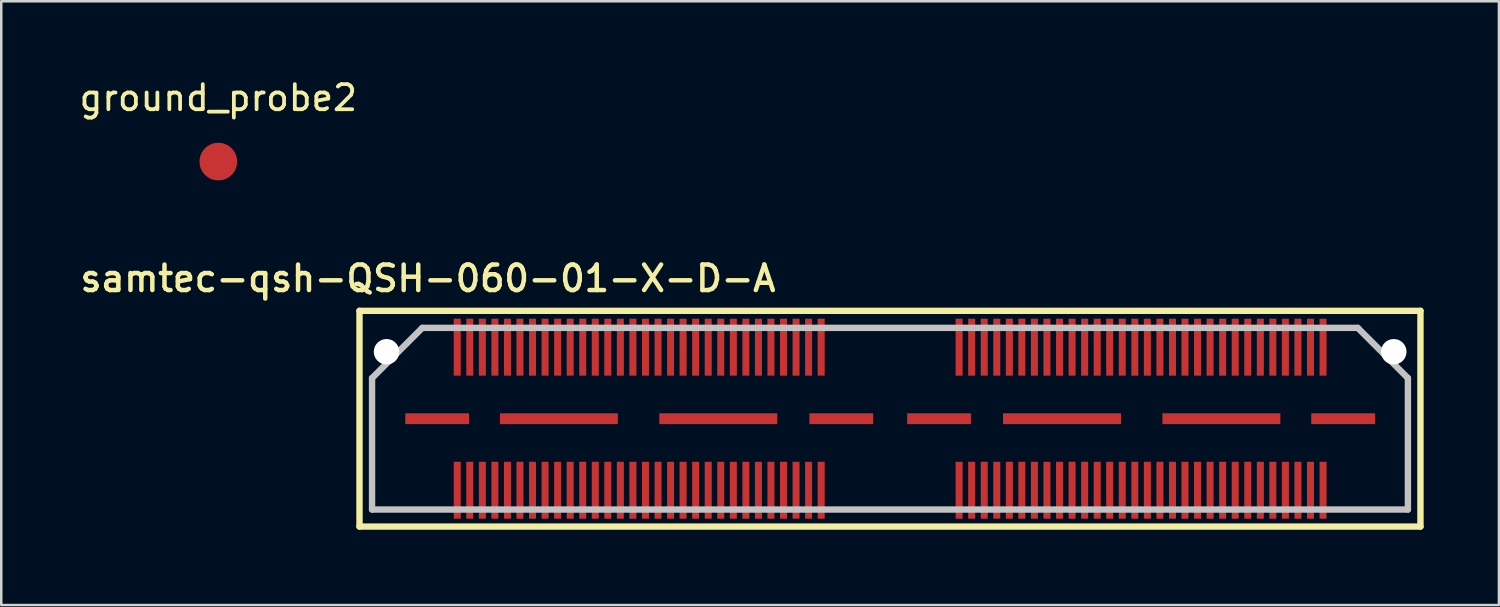
<source format=kicad_pcb>
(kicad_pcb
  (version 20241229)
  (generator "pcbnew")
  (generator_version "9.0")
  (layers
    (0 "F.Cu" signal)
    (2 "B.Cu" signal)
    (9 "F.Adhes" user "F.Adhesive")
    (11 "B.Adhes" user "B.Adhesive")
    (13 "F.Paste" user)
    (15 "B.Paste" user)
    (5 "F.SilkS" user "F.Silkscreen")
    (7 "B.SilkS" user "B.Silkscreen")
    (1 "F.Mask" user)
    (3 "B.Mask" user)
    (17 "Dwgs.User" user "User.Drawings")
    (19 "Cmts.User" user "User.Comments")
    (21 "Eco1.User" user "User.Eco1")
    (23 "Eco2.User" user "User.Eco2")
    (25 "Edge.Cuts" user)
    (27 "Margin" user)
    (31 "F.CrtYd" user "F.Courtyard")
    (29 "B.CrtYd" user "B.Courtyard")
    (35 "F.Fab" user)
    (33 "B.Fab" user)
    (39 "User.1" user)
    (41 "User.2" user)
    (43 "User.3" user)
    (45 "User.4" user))
  (footprint "ground_probe2"
    (layer "F.Cu")
    (at 5.649 3.388)
    (property "Reference" "ground_probe2" (at 0 -2.54 0) (layer "F.SilkS") (effects (font (size 1 1) (thickness 0.15))))
    (attr smd)
    (pad "1" smd circle (at 0 0) (size 1.5 1.5) (layers "F.Cu" "F.Mask" "F.Paste")))
  (footprint "samtec-qsh-QSH-060-01-X-D-A"
    (layer "F.Cu")
    (at 32.417 13.633)
    (property "Reference" "samtec-qsh-QSH-060-01-X-D-A" (at -18.415 -5.588 0) (layer "F.SilkS") (effects (font (size 1.016 1.016) (thickness 0.178))))
    (attr smd)
    (fp_line (start -21.143 -4.298) (end 21.13 -4.298) (stroke (width 0.254) (type solid)) (layer "F.SilkS"))
    (fp_line (start -21.143 4.298) (end -21.143 -4.298) (stroke (width 0.254) (type solid)) (layer "F.SilkS"))
    (fp_line (start 21.13 -4.298) (end 21.13 4.298) (stroke (width 0.254) (type solid)) (layer "F.SilkS"))
    (fp_line (start 21.13 4.298) (end -21.143 4.298) (stroke (width 0.254) (type solid)) (layer "F.SilkS"))
    (fp_line (start -20.643 -1.618) (end -18.641 -3.619) (stroke (width 0.254) (type solid)) (layer "Dwgs.User"))
    (fp_line (start -20.643 3.619) (end -20.643 -1.618) (stroke (width 0.254) (type solid)) (layer "Dwgs.User"))
    (fp_line (start -18.641 -3.619) (end 18.631 -3.619) (stroke (width 0.254) (type solid)) (layer "Dwgs.User"))
    (fp_line (start 18.631 -3.619) (end 20.63 -1.618) (stroke (width 0.254) (type solid)) (layer "Dwgs.User"))
    (fp_line (start 20.63 -1.618) (end 20.63 3.619) (stroke (width 0.254) (type solid)) (layer "Dwgs.User"))
    (fp_line (start 20.63 3.619) (end -20.643 3.619) (stroke (width 0.254) (type solid)) (layer "Dwgs.User"))
    (pad "" np_thru_hole circle (at -20.066 -2.667) (size 1.016 1.016) (drill 1.016) (layers "*.Cu" "*.Mask"))
    (pad "" np_thru_hole circle (at 20.066 -2.667) (size 1.016 1.016) (drill 1.016) (layers "*.Cu" "*.Mask"))
    (pad "1" smd rect (at -17.249 2.85 90) (size 2.268 0.279) (layers "F.Cu" "F.Mask" "F.Paste"))
    (pad "2" smd rect (at -17.249 -2.85 90) (size 2.268 0.279) (layers "F.Cu" "F.Mask" "F.Paste"))
    (pad "3" smd rect (at -16.749 2.85 90) (size 2.268 0.279) (layers "F.Cu" "F.Mask" "F.Paste"))
    (pad "4" smd rect (at -16.749 -2.85 90) (size 2.268 0.279) (layers "F.Cu" "F.Mask" "F.Paste"))
    (pad "5" smd rect (at -16.248 2.85 90) (size 2.268 0.279) (layers "F.Cu" "F.Mask" "F.Paste"))
    (pad "6" smd rect (at -16.248 -2.85 90) (size 2.268 0.279) (layers "F.Cu" "F.Mask" "F.Paste"))
    (pad "7" smd rect (at -15.748 2.85 90) (size 2.268 0.279) (layers "F.Cu" "F.Mask" "F.Paste"))
    (pad "8" smd rect (at -15.748 -2.85 90) (size 2.268 0.279) (layers "F.Cu" "F.Mask" "F.Paste"))
    (pad "9" smd rect (at -15.248 2.85 90) (size 2.268 0.279) (layers "F.Cu" "F.Mask" "F.Paste"))
    (pad "10" smd rect (at -15.248 -2.85 90) (size 2.268 0.279) (layers "F.Cu" "F.Mask" "F.Paste"))
    (pad "11" smd rect (at -14.75 2.85 90) (size 2.268 0.279) (layers "F.Cu" "F.Mask" "F.Paste"))
    (pad "12" smd rect (at -14.75 -2.85 90) (size 2.268 0.279) (layers "F.Cu" "F.Mask" "F.Paste"))
    (pad "13" smd rect (at -14.249 2.85 90) (size 2.268 0.279) (layers "F.Cu" "F.Mask" "F.Paste"))
    (pad "14" smd rect (at -14.249 -2.85 90) (size 2.268 0.279) (layers "F.Cu" "F.Mask" "F.Paste"))
    (pad "15" smd rect (at -13.749 2.85 90) (size 2.268 0.279) (layers "F.Cu" "F.Mask" "F.Paste"))
    (pad "16" smd rect (at -13.749 -2.85 90) (size 2.268 0.279) (layers "F.Cu" "F.Mask" "F.Paste"))
    (pad "17" smd rect (at -13.249 2.85 90) (size 2.268 0.279) (layers "F.Cu" "F.Mask" "F.Paste"))
    (pad "18" smd rect (at -13.249 -2.85 90) (size 2.268 0.279) (layers "F.Cu" "F.Mask" "F.Paste"))
    (pad "19" smd rect (at -12.748 2.85 90) (size 2.268 0.279) (layers "F.Cu" "F.Mask" "F.Paste"))
    (pad "20" smd rect (at -12.748 -2.85 90) (size 2.268 0.279) (layers "F.Cu" "F.Mask" "F.Paste"))
    (pad "21" smd rect (at -12.248 2.85 90) (size 2.268 0.279) (layers "F.Cu" "F.Mask" "F.Paste"))
    (pad "22" smd rect (at -12.248 -2.85 90) (size 2.268 0.279) (layers "F.Cu" "F.Mask" "F.Paste"))
    (pad "23" smd rect (at -11.748 2.85 90) (size 2.268 0.279) (layers "F.Cu" "F.Mask" "F.Paste"))
    (pad "24" smd rect (at -11.748 -2.85 90) (size 2.268 0.279) (layers "F.Cu" "F.Mask" "F.Paste"))
    (pad "25" smd rect (at -11.25 2.85 90) (size 2.268 0.279) (layers "F.Cu" "F.Mask" "F.Paste"))
    (pad "26" smd rect (at -11.25 -2.85 90) (size 2.268 0.279) (layers "F.Cu" "F.Mask" "F.Paste"))
    (pad "27" smd rect (at -10.749 2.85 90) (size 2.268 0.279) (layers "F.Cu" "F.Mask" "F.Paste"))
    (pad "28" smd rect (at -10.749 -2.85 90) (size 2.268 0.279) (layers "F.Cu" "F.Mask" "F.Paste"))
    (pad "29" smd rect (at -10.249 2.85 90) (size 2.268 0.279) (layers "F.Cu" "F.Mask" "F.Paste"))
    (pad "30" smd rect (at -10.249 -2.85 90) (size 2.268 0.279) (layers "F.Cu" "F.Mask" "F.Paste"))
    (pad "31" smd rect (at -9.749 2.85 90) (size 2.268 0.279) (layers "F.Cu" "F.Mask" "F.Paste"))
    (pad "32" smd rect (at -9.749 -2.85 90) (size 2.268 0.279) (layers "F.Cu" "F.Mask" "F.Paste"))
    (pad "33" smd rect (at -9.248 2.85 90) (size 2.268 0.279) (layers "F.Cu" "F.Mask" "F.Paste"))
    (pad "34" smd rect (at -9.248 -2.85 90) (size 2.268 0.279) (layers "F.Cu" "F.Mask" "F.Paste"))
    (pad "35" smd rect (at -8.748 2.85 90) (size 2.268 0.279) (layers "F.Cu" "F.Mask" "F.Paste"))
    (pad "36" smd rect (at -8.748 -2.85 90) (size 2.268 0.279) (layers "F.Cu" "F.Mask" "F.Paste"))
    (pad "37" smd rect (at -8.25 2.85 90) (size 2.268 0.279) (layers "F.Cu" "F.Mask" "F.Paste"))
    (pad "38" smd rect (at -8.25 -2.85 90) (size 2.268 0.279) (layers "F.Cu" "F.Mask" "F.Paste"))
    (pad "39" smd rect (at -7.75 2.85 90) (size 2.268 0.279) (layers "F.Cu" "F.Mask" "F.Paste"))
    (pad "40" smd rect (at -7.75 -2.85 90) (size 2.268 0.279) (layers "F.Cu" "F.Mask" "F.Paste"))
    (pad "41" smd rect (at -7.249 2.85 90) (size 2.268 0.279) (layers "F.Cu" "F.Mask" "F.Paste"))
    (pad "42" smd rect (at -7.249 -2.85 90) (size 2.268 0.279) (layers "F.Cu" "F.Mask" "F.Paste"))
    (pad "43" smd rect (at -6.749 2.85 90) (size 2.268 0.279) (layers "F.Cu" "F.Mask" "F.Paste"))
    (pad "44" smd rect (at -6.749 -2.85 90) (size 2.268 0.279) (layers "F.Cu" "F.Mask" "F.Paste"))
    (pad "45" smd rect (at -6.248 2.85 90) (size 2.268 0.279) (layers "F.Cu" "F.Mask" "F.Paste"))
    (pad "46" smd rect (at -6.248 -2.85 90) (size 2.268 0.279) (layers "F.Cu" "F.Mask" "F.Paste"))
    (pad "47" smd rect (at -5.748 2.85 90) (size 2.268 0.279) (layers "F.Cu" "F.Mask" "F.Paste"))
    (pad "48" smd rect (at -5.748 -2.85 90) (size 2.268 0.279) (layers "F.Cu" "F.Mask" "F.Paste"))
    (pad "49" smd rect (at -5.248 2.85 90) (size 2.268 0.279) (layers "F.Cu" "F.Mask" "F.Paste"))
    (pad "50" smd rect (at -5.248 -2.85 90) (size 2.268 0.279) (layers "F.Cu" "F.Mask" "F.Paste"))
    (pad "51" smd rect (at -4.75 2.85 90) (size 2.268 0.279) (layers "F.Cu" "F.Mask" "F.Paste"))
    (pad "52" smd rect (at -4.75 -2.85 90) (size 2.268 0.279) (layers "F.Cu" "F.Mask" "F.Paste"))
    (pad "53" smd rect (at -4.249 2.85 90) (size 2.268 0.279) (layers "F.Cu" "F.Mask" "F.Paste"))
    (pad "54" smd rect (at -4.249 -2.85 90) (size 2.268 0.279) (layers "F.Cu" "F.Mask" "F.Paste"))
    (pad "55" smd rect (at -3.749 2.85 90) (size 2.268 0.279) (layers "F.Cu" "F.Mask" "F.Paste"))
    (pad "56" smd rect (at -3.749 -2.85 90) (size 2.268 0.279) (layers "F.Cu" "F.Mask" "F.Paste"))
    (pad "57" smd rect (at -3.249 2.85 90) (size 2.268 0.279) (layers "F.Cu" "F.Mask" "F.Paste"))
    (pad "58" smd rect (at -3.249 -2.85 90) (size 2.268 0.279) (layers "F.Cu" "F.Mask" "F.Paste"))
    (pad "59" smd rect (at -2.748 2.85 90) (size 2.268 0.279) (layers "F.Cu" "F.Mask" "F.Paste"))
    (pad "60" smd rect (at -2.748 -2.85 90) (size 2.268 0.279) (layers "F.Cu" "F.Mask" "F.Paste"))
    (pad "61" smd rect (at 2.748 2.85 90) (size 2.268 0.279) (layers "F.Cu" "F.Mask" "F.Paste"))
    (pad "62" smd rect (at 2.748 -2.85 90) (size 2.268 0.279) (layers "F.Cu" "F.Mask" "F.Paste"))
    (pad "63" smd rect (at 3.249 2.85 90) (size 2.268 0.279) (layers "F.Cu" "F.Mask" "F.Paste"))
    (pad "64" smd rect (at 3.249 -2.85 90) (size 2.268 0.279) (layers "F.Cu" "F.Mask" "F.Paste"))
    (pad "65" smd rect (at 3.749 2.85 90) (size 2.268 0.279) (layers "F.Cu" "F.Mask" "F.Paste"))
    (pad "66" smd rect (at 3.749 -2.85 90) (size 2.268 0.279) (layers "F.Cu" "F.Mask" "F.Paste"))
    (pad "67" smd rect (at 4.249 2.85 90) (size 2.268 0.279) (layers "F.Cu" "F.Mask" "F.Paste"))
    (pad "68" smd rect (at 4.249 -2.85 90) (size 2.268 0.279) (layers "F.Cu" "F.Mask" "F.Paste"))
    (pad "69" smd rect (at 4.75 2.85 90) (size 2.268 0.279) (layers "F.Cu" "F.Mask" "F.Paste"))
    (pad "70" smd rect (at 4.75 -2.85 90) (size 2.268 0.279) (layers "F.Cu" "F.Mask" "F.Paste"))
    (pad "71" smd rect (at 5.248 2.85 90) (size 2.268 0.279) (layers "F.Cu" "F.Mask" "F.Paste"))
    (pad "72" smd rect (at 5.248 -2.85 90) (size 2.268 0.279) (layers "F.Cu" "F.Mask" "F.Paste"))
    (pad "73" smd rect (at 5.748 2.85 90) (size 2.268 0.279) (layers "F.Cu" "F.Mask" "F.Paste"))
    (pad "74" smd rect (at 5.748 -2.85 90) (size 2.268 0.279) (layers "F.Cu" "F.Mask" "F.Paste"))
    (pad "75" smd rect (at 6.248 2.85 90) (size 2.268 0.279) (layers "F.Cu" "F.Mask" "F.Paste"))
    (pad "76" smd rect (at 6.248 -2.85 90) (size 2.268 0.279) (layers "F.Cu" "F.Mask" "F.Paste"))
    (pad "77" smd rect (at 6.749 2.85 90) (size 2.268 0.279) (layers "F.Cu" "F.Mask" "F.Paste"))
    (pad "78" smd rect (at 6.749 -2.85 90) (size 2.268 0.279) (layers "F.Cu" "F.Mask" "F.Paste"))
    (pad "79" smd rect (at 7.249 2.85 90) (size 2.268 0.279) (layers "F.Cu" "F.Mask" "F.Paste"))
    (pad "80" smd rect (at 7.249 -2.85 90) (size 2.268 0.279) (layers "F.Cu" "F.Mask" "F.Paste"))
    (pad "81" smd rect (at 7.75 2.85 90) (size 2.268 0.279) (layers "F.Cu" "F.Mask" "F.Paste"))
    (pad "82" smd rect (at 7.75 -2.85 90) (size 2.268 0.279) (layers "F.Cu" "F.Mask" "F.Paste"))
    (pad "83" smd rect (at 8.25 2.85 90) (size 2.268 0.279) (layers "F.Cu" "F.Mask" "F.Paste"))
    (pad "84" smd rect (at 8.25 -2.85 90) (size 2.268 0.279) (layers "F.Cu" "F.Mask" "F.Paste"))
    (pad "85" smd rect (at 8.748 2.85 90) (size 2.268 0.279) (layers "F.Cu" "F.Mask" "F.Paste"))
    (pad "86" smd rect (at 8.748 -2.85 90) (size 2.268 0.279) (layers "F.Cu" "F.Mask" "F.Paste"))
    (pad "87" smd rect (at 9.248 2.85 90) (size 2.268 0.279) (layers "F.Cu" "F.Mask" "F.Paste"))
    (pad "88" smd rect (at 9.248 -2.85 90) (size 2.268 0.279) (layers "F.Cu" "F.Mask" "F.Paste"))
    (pad "89" smd rect (at 9.749 2.85 90) (size 2.268 0.279) (layers "F.Cu" "F.Mask" "F.Paste"))
    (pad "90" smd rect (at 9.749 -2.85 90) (size 2.268 0.279) (layers "F.Cu" "F.Mask" "F.Paste"))
    (pad "91" smd rect (at 10.249 2.85 90) (size 2.268 0.279) (layers "F.Cu" "F.Mask" "F.Paste"))
    (pad "92" smd rect (at 10.249 -2.85 90) (size 2.268 0.279) (layers "F.Cu" "F.Mask" "F.Paste"))
    (pad "93" smd rect (at 10.749 2.85 90) (size 2.268 0.279) (layers "F.Cu" "F.Mask" "F.Paste"))
    (pad "94" smd rect (at 10.749 -2.85 90) (size 2.268 0.279) (layers "F.Cu" "F.Mask" "F.Paste"))
    (pad "95" smd rect (at 11.25 2.85 90) (size 2.268 0.279) (layers "F.Cu" "F.Mask" "F.Paste"))
    (pad "96" smd rect (at 11.25 -2.85 90) (size 2.268 0.279) (layers "F.Cu" "F.Mask" "F.Paste"))
    (pad "97" smd rect (at 11.748 2.85 90) (size 2.268 0.279) (layers "F.Cu" "F.Mask" "F.Paste"))
    (pad "98" smd rect (at 11.748 -2.85 90) (size 2.268 0.279) (layers "F.Cu" "F.Mask" "F.Paste"))
    (pad "99" smd rect (at 12.248 2.85 90) (size 2.268 0.279) (layers "F.Cu" "F.Mask" "F.Paste"))
    (pad "100" smd rect (at 12.248 -2.85 90) (size 2.268 0.279) (layers "F.Cu" "F.Mask" "F.Paste"))
    (pad "101" smd rect (at 12.748 2.85 90) (size 2.268 0.279) (layers "F.Cu" "F.Mask" "F.Paste"))
    (pad "102" smd rect (at 12.748 -2.85 90) (size 2.268 0.279) (layers "F.Cu" "F.Mask" "F.Paste"))
    (pad "103" smd rect (at 13.249 2.85 90) (size 2.268 0.279) (layers "F.Cu" "F.Mask" "F.Paste"))
    (pad "104" smd rect (at 13.249 -2.85 90) (size 2.268 0.279) (layers "F.Cu" "F.Mask" "F.Paste"))
    (pad "105" smd rect (at 13.749 2.85 90) (size 2.268 0.279) (layers "F.Cu" "F.Mask" "F.Paste"))
    (pad "106" smd rect (at 13.749 -2.85 90) (size 2.268 0.279) (layers "F.Cu" "F.Mask" "F.Paste"))
    (pad "107" smd rect (at 14.249 2.85 90) (size 2.268 0.279) (layers "F.Cu" "F.Mask" "F.Paste"))
    (pad "108" smd rect (at 14.249 -2.85 90) (size 2.268 0.279) (layers "F.Cu" "F.Mask" "F.Paste"))
    (pad "109" smd rect (at 14.75 2.85 90) (size 2.268 0.279) (layers "F.Cu" "F.Mask" "F.Paste"))
    (pad "110" smd rect (at 14.75 -2.85 90) (size 2.268 0.279) (layers "F.Cu" "F.Mask" "F.Paste"))
    (pad "111" smd rect (at 15.248 2.85 90) (size 2.268 0.279) (layers "F.Cu" "F.Mask" "F.Paste"))
    (pad "112" smd rect (at 15.248 -2.85 90) (size 2.268 0.279) (layers "F.Cu" "F.Mask" "F.Paste"))
    (pad "113" smd rect (at 15.748 2.85 90) (size 2.268 0.279) (layers "F.Cu" "F.Mask" "F.Paste"))
    (pad "114" smd rect (at 15.748 -2.85 90) (size 2.268 0.279) (layers "F.Cu" "F.Mask" "F.Paste"))
    (pad "115" smd rect (at 16.248 2.85 90) (size 2.268 0.279) (layers "F.Cu" "F.Mask" "F.Paste"))
    (pad "116" smd rect (at 16.248 -2.85 90) (size 2.268 0.279) (layers "F.Cu" "F.Mask" "F.Paste"))
    (pad "117" smd rect (at 16.749 2.85 90) (size 2.268 0.279) (layers "F.Cu" "F.Mask" "F.Paste"))
    (pad "118" smd rect (at 16.749 -2.85 90) (size 2.268 0.279) (layers "F.Cu" "F.Mask" "F.Paste"))
    (pad "119" smd rect (at 17.249 2.85 90) (size 2.268 0.279) (layers "F.Cu" "F.Mask" "F.Paste"))
    (pad "120" smd rect (at 17.249 -2.85 90) (size 2.268 0.279) (layers "F.Cu" "F.Mask" "F.Paste"))
    (pad "121" smd rect (at -18.049 0) (size 2.54 0.432) (layers "F.Cu" "F.Mask" "F.Paste"))
    (pad "122" smd rect (at -13.198 0) (size 4.699 0.432) (layers "F.Cu" "F.Mask" "F.Paste"))
    (pad "123" smd rect (at -6.848 0) (size 4.699 0.432) (layers "F.Cu" "F.Mask" "F.Paste"))
    (pad "124" smd rect (at -1.948 0) (size 2.54 0.432) (layers "F.Cu" "F.Mask" "F.Paste"))
    (pad "125" smd rect (at 1.948 0) (size 2.54 0.432) (layers "F.Cu" "F.Mask" "F.Paste"))
    (pad "126" smd rect (at 6.848 0) (size 4.699 0.432) (layers "F.Cu" "F.Mask" "F.Paste"))
    (pad "127" smd rect (at 13.198 0) (size 4.699 0.432) (layers "F.Cu" "F.Mask" "F.Paste"))
    (pad "128" smd rect (at 18.049 0) (size 2.54 0.432) (layers "F.Cu" "F.Mask" "F.Paste")))
  (gr_rect
    (start -3 -3)
    (end 56.674 21.057)
    (stroke (width 0.1) (type default))
    (fill no)
    (layer "Edge.Cuts")))
</source>
